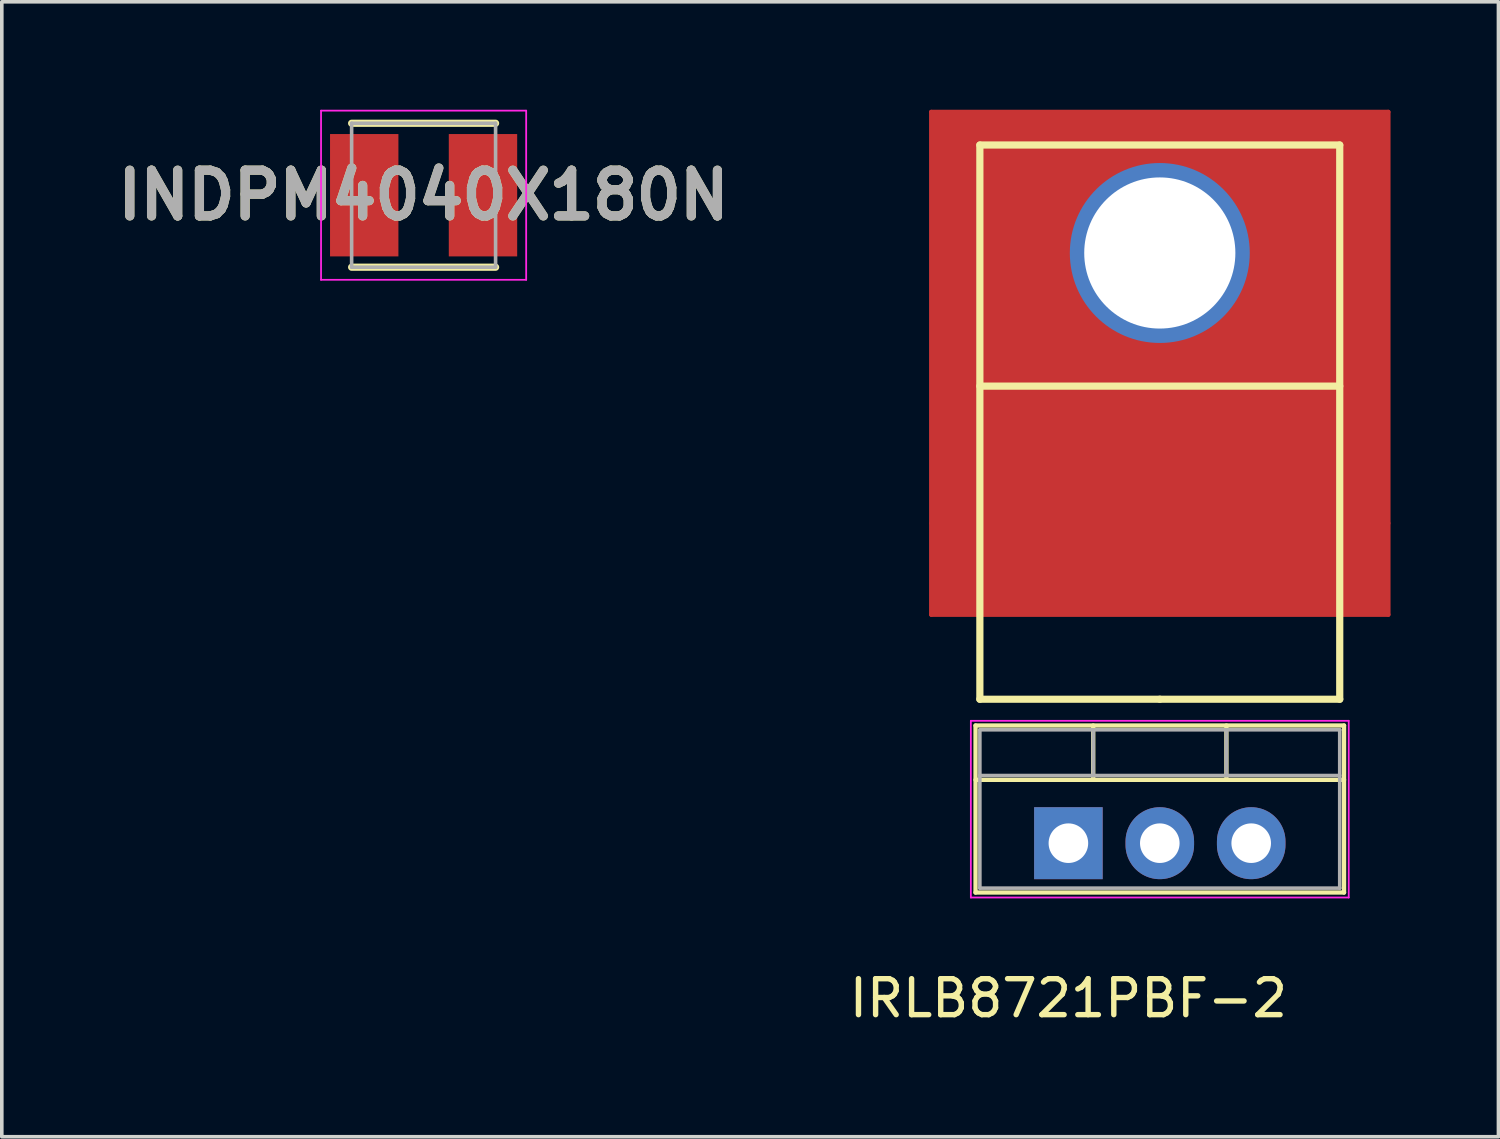
<source format=kicad_pcb>
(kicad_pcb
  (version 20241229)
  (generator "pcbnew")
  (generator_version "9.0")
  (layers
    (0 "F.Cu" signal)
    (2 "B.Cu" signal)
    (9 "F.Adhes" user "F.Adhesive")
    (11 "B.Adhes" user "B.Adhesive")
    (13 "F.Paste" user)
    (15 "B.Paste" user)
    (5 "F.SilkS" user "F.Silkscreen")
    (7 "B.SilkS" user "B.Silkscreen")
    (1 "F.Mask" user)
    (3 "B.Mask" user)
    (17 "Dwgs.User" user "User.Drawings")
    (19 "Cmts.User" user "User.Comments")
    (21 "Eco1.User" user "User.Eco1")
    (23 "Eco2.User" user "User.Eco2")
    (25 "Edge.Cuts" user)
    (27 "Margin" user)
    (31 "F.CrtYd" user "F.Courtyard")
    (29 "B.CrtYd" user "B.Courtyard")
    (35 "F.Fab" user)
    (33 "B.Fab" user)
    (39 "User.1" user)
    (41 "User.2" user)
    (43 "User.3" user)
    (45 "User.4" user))
  (footprint "IRLB8721PBF-2"
    (layer "F.Cu")
    (at 29.178 20.38)
    (property "Reference" "IRLB8721PBF-2" (at -2.54 4.31 0) (layer "F.SilkS") (effects (font (size 1 1) (thickness 0.15))))
    (attr through_hole)
    (fp_line (start -6.35 -20.32) (end -6.35 -8.89) (stroke (width 0.12) (type solid)) (layer "F.Cu"))
    (fp_line (start -6.35 -8.89) (end -6.35 -6.35) (stroke (width 0.12) (type solid)) (layer "F.Cu"))
    (fp_line (start -6.35 -6.35) (end 6.35 -6.35) (stroke (width 0.12) (type solid)) (layer "F.Cu"))
    (fp_line (start 6.35 -20.32) (end -6.35 -20.32) (stroke (width 0.12) (type solid)) (layer "F.Cu"))
    (fp_line (start 6.35 -8.89) (end 6.35 -20.32) (stroke (width 0.12) (type solid)) (layer "F.Cu"))
    (fp_line (start 6.35 -6.35) (end 6.35 -8.89) (stroke (width 0.12) (type solid)) (layer "F.Cu"))
    (fp_poly (pts (xy 6.35 -6.35) (xy -6.35 -6.35) (xy -6.35 -20.32) (xy 6.35 -20.32)) (stroke (width 0.1) (type solid)) (fill yes) (layer "F.Cu"))
    (fp_poly (pts (xy 6.35 -6.35) (xy -6.35 -6.35) (xy -6.35 -20.32) (xy 6.35 -20.32)) (stroke (width 0.1) (type solid)) (fill yes) (layer "F.Mask"))
    (fp_line (start -5.12 -3.27) (end -5.12 1.371) (stroke (width 0.12) (type solid)) (layer "F.SilkS"))
    (fp_line (start -5.12 -3.27) (end 5.12 -3.27) (stroke (width 0.12) (type solid)) (layer "F.SilkS"))
    (fp_line (start -5.12 -1.76) (end 5.12 -1.76) (stroke (width 0.12) (type solid)) (layer "F.SilkS"))
    (fp_line (start -5.12 1.371) (end 5.12 1.371) (stroke (width 0.12) (type solid)) (layer "F.SilkS"))
    (fp_line (start -5 -4) (end -5 -19.4) (stroke (width 0.2) (type solid)) (layer "F.SilkS"))
    (fp_line (start -1.85 -3.27) (end -1.85 -1.76) (stroke (width 0.12) (type solid)) (layer "F.SilkS"))
    (fp_line (start 0 -4) (end -5 -4) (stroke (width 0.2) (type solid)) (layer "F.SilkS"))
    (fp_line (start 0 -4) (end 5 -4) (stroke (width 0.2) (type solid)) (layer "F.SilkS"))
    (fp_line (start 1.851 -3.27) (end 1.851 -1.76) (stroke (width 0.12) (type solid)) (layer "F.SilkS"))
    (fp_line (start 5 -19.4) (end -5 -19.4) (stroke (width 0.2) (type solid)) (layer "F.SilkS"))
    (fp_line (start 5 -12.7) (end -5 -12.7) (stroke (width 0.2) (type solid)) (layer "F.SilkS"))
    (fp_line (start 5 -4) (end 5 -19.4) (stroke (width 0.2) (type solid)) (layer "F.SilkS"))
    (fp_line (start 5.12 -3.27) (end 5.12 1.371) (stroke (width 0.12) (type solid)) (layer "F.SilkS"))
    (fp_line (start -2.54 0) (end -2.54 -4) (stroke (width 0.12) (type solid)) (layer "Eco1.User"))
    (fp_line (start 0 0) (end 0 -4) (stroke (width 0.12) (type solid)) (layer "Eco1.User"))
    (fp_line (start 2.54 0) (end 2.54 -4) (stroke (width 0.12) (type solid)) (layer "Eco1.User"))
    (fp_line (start -5.25 -3.4) (end -5.25 1.51) (stroke (width 0.05) (type solid)) (layer "F.CrtYd"))
    (fp_line (start -5.25 1.51) (end 5.25 1.51) (stroke (width 0.05) (type solid)) (layer "F.CrtYd"))
    (fp_line (start 5.25 -3.4) (end -5.25 -3.4) (stroke (width 0.05) (type solid)) (layer "F.CrtYd"))
    (fp_line (start 5.25 1.51) (end 5.25 -3.4) (stroke (width 0.05) (type solid)) (layer "F.CrtYd"))
    (fp_line (start -5 -3.15) (end -5 1.25) (stroke (width 0.1) (type solid)) (layer "F.Fab"))
    (fp_line (start -5 -1.88) (end 5 -1.88) (stroke (width 0.1) (type solid)) (layer "F.Fab"))
    (fp_line (start -5 1.25) (end 5 1.25) (stroke (width 0.1) (type solid)) (layer "F.Fab"))
    (fp_line (start -1.85 -3.15) (end -1.85 -1.88) (stroke (width 0.1) (type solid)) (layer "F.Fab"))
    (fp_line (start 1.85 -3.15) (end 1.85 -1.88) (stroke (width 0.1) (type solid)) (layer "F.Fab"))
    (fp_line (start 5 -3.15) (end -5 -3.15) (stroke (width 0.1) (type solid)) (layer "F.Fab"))
    (fp_line (start 5 1.25) (end 5 -3.15) (stroke (width 0.1) (type solid)) (layer "F.Fab"))
    (pad "1" thru_hole rect (at -2.54 0) (size 1.905 2) (drill 1.1) (layers "*.Cu" "*.Mask"))
    (pad "2" thru_hole circle (at 0 -16.4) (size 5 5) (drill 4.2) (layers "*.Cu" "*.Mask"))
    (pad "2" thru_hole oval (at 0 0) (size 1.905 2) (drill 1.1) (layers "*.Cu" "*.Mask"))
    (pad "3" thru_hole oval (at 2.54 0) (size 1.905 2) (drill 1.1) (layers "*.Cu" "*.Mask")))
  (footprint "INDPM4040X180N"
    (layer "F.Cu")
    (at 8.721 2.375)
    (property "Reference" "INDPM4040X180N" (at 0 0 0) (layer "F.SilkS") (effects (font (size 1.27 1.27) (thickness 0.254))))
    (attr smd)
    (fp_line (start -2 2) (end 2 2) (stroke (width 0.2) (type solid)) (layer "F.SilkS"))
    (fp_line (start 2 -2) (end -2 -2) (stroke (width 0.2) (type solid)) (layer "F.SilkS"))
    (fp_line (start -2.85 -2.35) (end 2.85 -2.35) (stroke (width 0.05) (type solid)) (layer "F.CrtYd"))
    (fp_line (start -2.85 2.35) (end -2.85 -2.35) (stroke (width 0.05) (type solid)) (layer "F.CrtYd"))
    (fp_line (start 2.85 -2.35) (end 2.85 2.35) (stroke (width 0.05) (type solid)) (layer "F.CrtYd"))
    (fp_line (start 2.85 2.35) (end -2.85 2.35) (stroke (width 0.05) (type solid)) (layer "F.CrtYd"))
    (fp_line (start -2 -2) (end 2 -2) (stroke (width 0.1) (type solid)) (layer "F.Fab"))
    (fp_line (start -2 2) (end -2 -2) (stroke (width 0.1) (type solid)) (layer "F.Fab"))
    (fp_line (start 2 -2) (end 2 2) (stroke (width 0.1) (type solid)) (layer "F.Fab"))
    (fp_line (start 2 2) (end -2 2) (stroke (width 0.1) (type solid)) (layer "F.Fab"))
    (fp_text user "${REFERENCE}" (at 0 0 0) (layer "F.Fab") (effects (font (size 1.27 1.27) (thickness 0.254))))
    (pad "1" smd rect (at -1.65 0) (size 1.9 3.4) (layers "F.Cu" "F.Mask" "F.Paste"))
    (pad "2" smd rect (at 1.65 0) (size 1.9 3.4) (layers "F.Cu" "F.Mask" "F.Paste")))
  (gr_rect
    (start -3 -3)
    (end 38.588 28.538)
    (stroke (width 0.1) (type default))
    (fill no)
    (layer "Edge.Cuts")))
</source>
